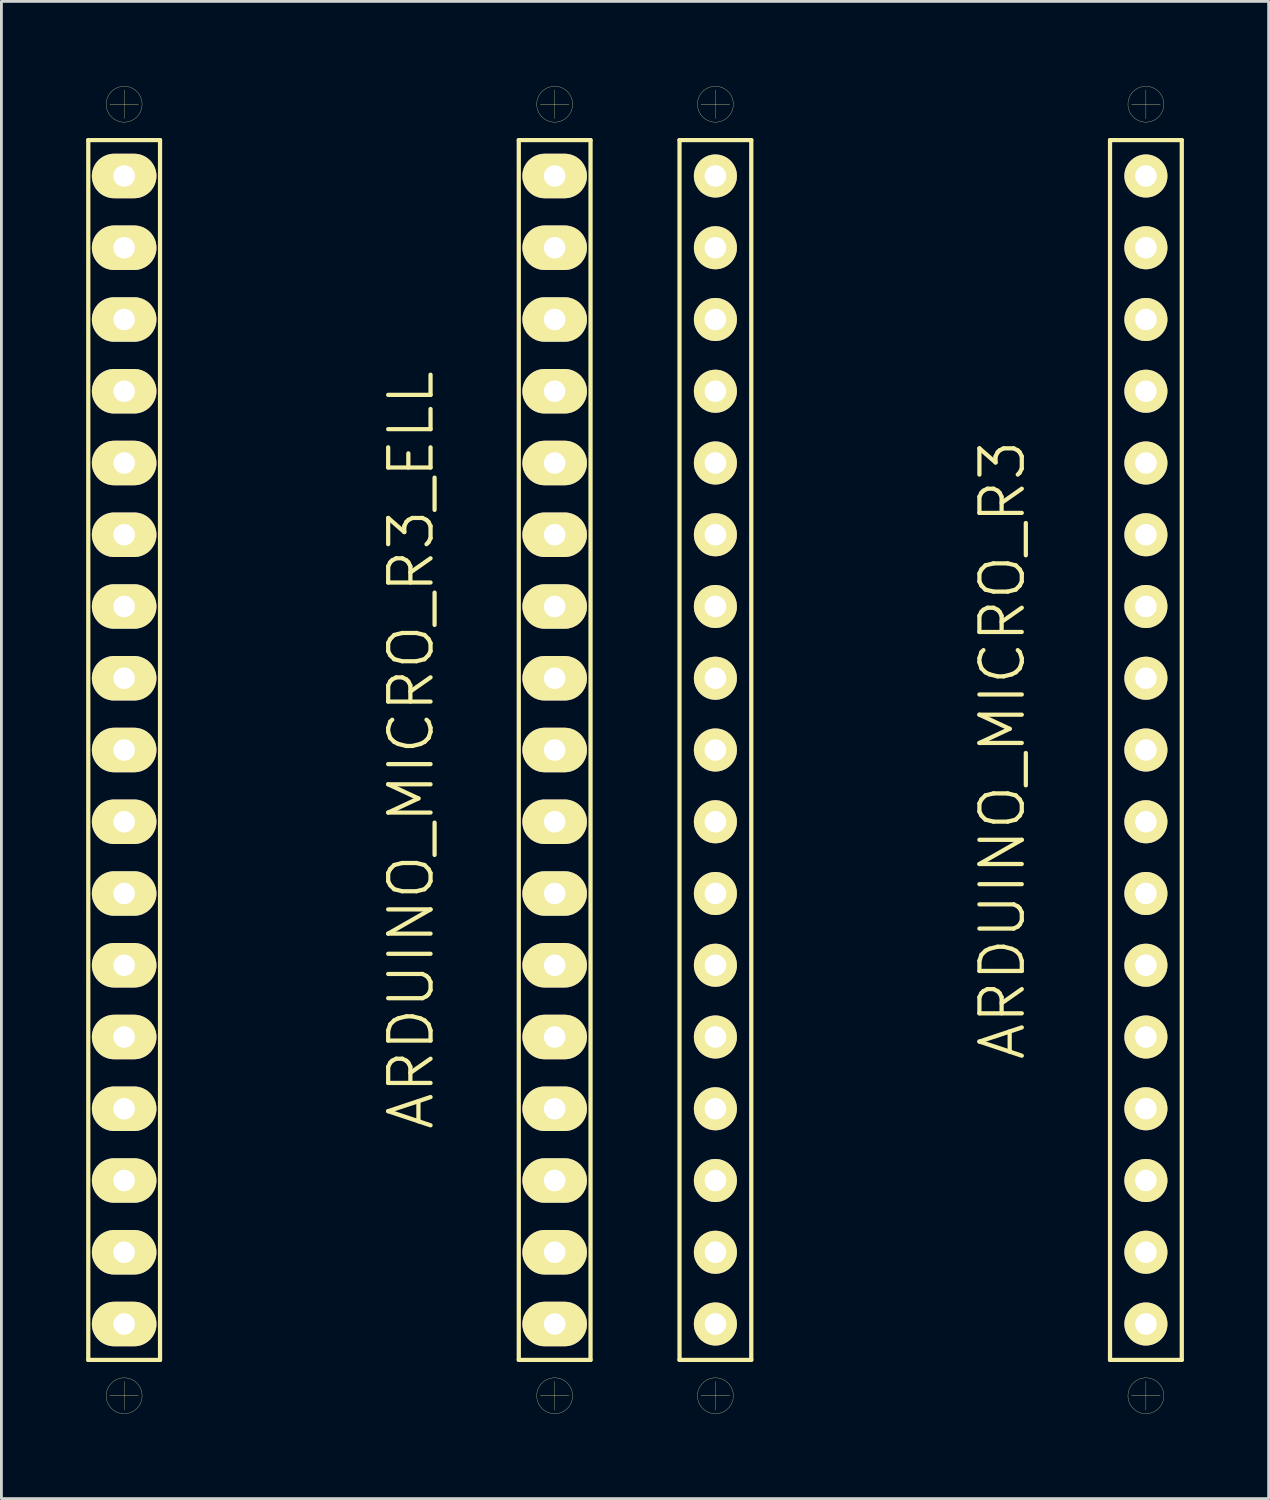
<source format=kicad_pcb>
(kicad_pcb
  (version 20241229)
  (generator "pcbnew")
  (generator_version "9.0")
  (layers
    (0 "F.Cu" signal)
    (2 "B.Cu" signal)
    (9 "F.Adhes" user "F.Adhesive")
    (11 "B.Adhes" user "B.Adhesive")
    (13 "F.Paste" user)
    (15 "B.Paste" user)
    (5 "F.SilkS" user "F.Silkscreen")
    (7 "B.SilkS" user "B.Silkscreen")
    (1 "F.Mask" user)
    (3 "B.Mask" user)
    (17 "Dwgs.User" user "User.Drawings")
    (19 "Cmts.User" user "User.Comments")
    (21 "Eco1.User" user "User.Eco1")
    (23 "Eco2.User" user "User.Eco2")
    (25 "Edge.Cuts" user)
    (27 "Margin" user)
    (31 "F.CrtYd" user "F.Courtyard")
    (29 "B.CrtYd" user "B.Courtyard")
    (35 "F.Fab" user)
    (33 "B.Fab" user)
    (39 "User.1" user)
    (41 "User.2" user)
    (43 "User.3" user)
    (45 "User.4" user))
  (footprint "ARDUINO_MICRO_R3_ELL"
    (layer "F.Cu")
    (at 8.965 23.5)
    (property "Reference" "ARDUINO_MICRO_R3_ELL" (at 2.54 0 90) (layer "F.SilkS") (effects (font (size 1.5 1.5) (thickness 0.15))))
    (attr through_hole)
    (fp_line (start -8.89 -21.59) (end -6.35 -21.59) (stroke (width 0.15) (type solid)) (layer "F.SilkS"))
    (fp_line (start -8.89 21.59) (end -8.89 -21.59) (stroke (width 0.15) (type solid)) (layer "F.SilkS"))
    (fp_line (start -8.128 -22.86) (end -7.112 -22.86) (stroke (width 0.01) (type solid)) (layer "F.SilkS"))
    (fp_line (start -8.128 22.86) (end -7.112 22.86) (stroke (width 0.01) (type solid)) (layer "F.SilkS"))
    (fp_line (start -7.62 -23.368) (end -7.62 -22.352) (stroke (width 0.01) (type solid)) (layer "F.SilkS"))
    (fp_line (start -7.62 22.352) (end -7.62 23.368) (stroke (width 0.01) (type solid)) (layer "F.SilkS"))
    (fp_line (start -6.35 -21.59) (end -6.35 21.59) (stroke (width 0.15) (type solid)) (layer "F.SilkS"))
    (fp_line (start -6.35 21.59) (end -8.89 21.59) (stroke (width 0.15) (type solid)) (layer "F.SilkS"))
    (fp_line (start 6.35 -21.59) (end 8.89 -21.59) (stroke (width 0.15) (type solid)) (layer "F.SilkS"))
    (fp_line (start 6.35 21.59) (end 6.35 -21.59) (stroke (width 0.15) (type solid)) (layer "F.SilkS"))
    (fp_line (start 7.112 -22.86) (end 8.128 -22.86) (stroke (width 0.01) (type solid)) (layer "F.SilkS"))
    (fp_line (start 7.112 22.86) (end 8.128 22.86) (stroke (width 0.01) (type solid)) (layer "F.SilkS"))
    (fp_line (start 7.62 -23.368) (end 7.62 -22.352) (stroke (width 0.01) (type solid)) (layer "F.SilkS"))
    (fp_line (start 7.62 22.352) (end 7.62 23.368) (stroke (width 0.01) (type solid)) (layer "F.SilkS"))
    (fp_line (start 8.89 -21.59) (end 8.89 21.59) (stroke (width 0.15) (type solid)) (layer "F.SilkS"))
    (fp_line (start 8.89 21.59) (end 6.35 21.59) (stroke (width 0.15) (type solid)) (layer "F.SilkS"))
    (fp_circle (center -7.62 -22.86) (end -8.255 -22.86) (stroke (width 0.01) (type solid)) (fill no) (layer "F.SilkS"))
    (fp_circle (center -7.62 22.86) (end -8.255 22.86) (stroke (width 0.01) (type solid)) (fill no) (layer "F.SilkS"))
    (fp_circle (center 7.62 -22.86) (end 6.985 -22.86) (stroke (width 0.01) (type solid)) (fill no) (layer "F.SilkS"))
    (fp_circle (center 7.62 22.86) (end 6.985 22.86) (stroke (width 0.01) (type solid)) (fill no) (layer "F.SilkS"))
    (pad "0" thru_hole oval (at -7.62 -12.7) (size 2.286 1.575) (drill 0.762) (layers "*.Cu" "*.Mask" "F.SilkS"))
    (pad "1" thru_hole oval (at -7.62 -15.24) (size 2.286 1.575) (drill 0.762) (layers "*.Cu" "*.Mask" "F.SilkS"))
    (pad "2" thru_hole oval (at -7.62 -5.08) (size 2.286 1.575) (drill 0.762) (layers "*.Cu" "*.Mask" "F.SilkS"))
    (pad "3" thru_hole oval (at -7.62 -2.54) (size 2.286 1.575) (drill 0.762) (layers "*.Cu" "*.Mask" "F.SilkS"))
    (pad "3V3" thru_hole oval (at 7.62 17.78) (size 2.286 1.575) (drill 0.762) (layers "*.Cu" "*.Mask" "F.SilkS"))
    (pad "4" thru_hole oval (at -7.62 0) (size 2.286 1.575) (drill 0.762) (layers "*.Cu" "*.Mask" "F.SilkS"))
    (pad "5" thru_hole oval (at -7.62 2.54) (size 2.286 1.575) (drill 0.762) (layers "*.Cu" "*.Mask" "F.SilkS"))
    (pad "5V" thru_hole oval (at 7.62 -7.62) (size 2.286 1.575) (drill 0.762) (layers "*.Cu" "*.Mask" "F.SilkS"))
    (pad "6" thru_hole oval (at -7.62 5.08) (size 2.286 1.575) (drill 0.762) (layers "*.Cu" "*.Mask" "F.SilkS"))
    (pad "7" thru_hole oval (at -7.62 7.62) (size 2.286 1.575) (drill 0.762) (layers "*.Cu" "*.Mask" "F.SilkS"))
    (pad "8" thru_hole oval (at -7.62 10.16) (size 2.286 1.575) (drill 0.762) (layers "*.Cu" "*.Mask" "F.SilkS"))
    (pad "9" thru_hole oval (at -7.62 12.7) (size 2.286 1.575) (drill 0.762) (layers "*.Cu" "*.Mask" "F.SilkS"))
    (pad "10" thru_hole oval (at -7.62 15.24) (size 2.286 1.575) (drill 0.762) (layers "*.Cu" "*.Mask" "F.SilkS"))
    (pad "11" thru_hole oval (at -7.62 17.78) (size 2.286 1.575) (drill 0.762) (layers "*.Cu" "*.Mask" "F.SilkS"))
    (pad "12" thru_hole oval (at -7.62 20.32) (size 2.286 1.575) (drill 0.762) (layers "*.Cu" "*.Mask" "F.SilkS"))
    (pad "13" thru_hole oval (at 7.62 20.32) (size 2.286 1.575) (drill 0.762) (layers "*.Cu" "*.Mask" "F.SilkS"))
    (pad "A0" thru_hole oval (at 7.62 12.7) (size 2.286 1.575) (drill 0.762) (layers "*.Cu" "*.Mask" "F.SilkS"))
    (pad "A1" thru_hole oval (at 7.62 10.16) (size 2.286 1.575) (drill 0.762) (layers "*.Cu" "*.Mask" "F.SilkS"))
    (pad "A2" thru_hole oval (at 7.62 7.62) (size 2.286 1.575) (drill 0.762) (layers "*.Cu" "*.Mask" "F.SilkS"))
    (pad "A3" thru_hole oval (at 7.62 5.08) (size 2.286 1.575) (drill 0.762) (layers "*.Cu" "*.Mask" "F.SilkS"))
    (pad "A4" thru_hole oval (at 7.62 2.54) (size 2.286 1.575) (drill 0.762) (layers "*.Cu" "*.Mask" "F.SilkS"))
    (pad "A5" thru_hole oval (at 7.62 0) (size 2.286 1.575) (drill 0.762) (layers "*.Cu" "*.Mask" "F.SilkS"))
    (pad "AREF" thru_hole oval (at 7.62 15.24) (size 2.286 1.575) (drill 0.762) (layers "*.Cu" "*.Mask" "F.SilkS"))
    (pad "GND1" thru_hole oval (at -7.62 -7.62) (size 2.286 1.575) (drill 0.762) (layers "*.Cu" "*.Mask" "F.SilkS"))
    (pad "GND2" thru_hole oval (at 7.62 -12.7) (size 2.286 1.575) (drill 0.762) (layers "*.Cu" "*.Mask" "F.SilkS"))
    (pad "MISO" thru_hole oval (at 7.62 -17.78) (size 2.286 1.575) (drill 0.762) (layers "*.Cu" "*.Mask" "F.SilkS"))
    (pad "MOSI" thru_hole oval (at -7.62 -20.32) (size 2.286 1.575) (drill 0.762) (layers "*.Cu" "*.Mask" "F.SilkS"))
    (pad "NC" thru_hole oval (at 7.62 -5.08) (size 2.286 1.575) (drill 0.762) (layers "*.Cu" "*.Mask" "F.SilkS"))
    (pad "NC" thru_hole oval (at 7.62 -2.54) (size 2.286 1.575) (drill 0.762) (layers "*.Cu" "*.Mask" "F.SilkS"))
    (pad "RST1" thru_hole oval (at -7.62 -10.16) (size 2.286 1.575) (drill 0.762) (layers "*.Cu" "*.Mask" "F.SilkS"))
    (pad "RST2" thru_hole oval (at 7.62 -10.16) (size 2.286 1.575) (drill 0.762) (layers "*.Cu" "*.Mask" "F.SilkS"))
    (pad "SCK" thru_hole oval (at 7.62 -20.32) (size 2.286 1.575) (drill 0.762) (layers "*.Cu" "*.Mask" "F.SilkS"))
    (pad "SS" thru_hole oval (at -7.62 -17.78) (size 2.286 1.575) (drill 0.762) (layers "*.Cu" "*.Mask" "F.SilkS"))
    (pad "VIN" thru_hole oval (at 7.62 -15.24) (size 2.286 1.575) (drill 0.762) (layers "*.Cu" "*.Mask" "F.SilkS")))
  (footprint "ARDUINO_MICRO_R3"
    (layer "F.Cu")
    (at 29.895 23.5)
    (property "Reference" "ARDUINO_MICRO_R3" (at 2.54 0 90) (layer "F.SilkS") (effects (font (size 1.5 1.5) (thickness 0.15))))
    (attr through_hole)
    (fp_line (start -8.89 -21.59) (end -6.35 -21.59) (stroke (width 0.15) (type solid)) (layer "F.SilkS"))
    (fp_line (start -8.89 21.59) (end -8.89 -21.59) (stroke (width 0.15) (type solid)) (layer "F.SilkS"))
    (fp_line (start -8.128 -22.86) (end -7.112 -22.86) (stroke (width 0.01) (type solid)) (layer "F.SilkS"))
    (fp_line (start -8.128 22.86) (end -7.112 22.86) (stroke (width 0.01) (type solid)) (layer "F.SilkS"))
    (fp_line (start -7.62 -23.368) (end -7.62 -22.352) (stroke (width 0.01) (type solid)) (layer "F.SilkS"))
    (fp_line (start -7.62 22.352) (end -7.62 23.368) (stroke (width 0.01) (type solid)) (layer "F.SilkS"))
    (fp_line (start -6.35 -21.59) (end -6.35 21.59) (stroke (width 0.15) (type solid)) (layer "F.SilkS"))
    (fp_line (start -6.35 21.59) (end -8.89 21.59) (stroke (width 0.15) (type solid)) (layer "F.SilkS"))
    (fp_line (start 6.35 -21.59) (end 8.89 -21.59) (stroke (width 0.15) (type solid)) (layer "F.SilkS"))
    (fp_line (start 6.35 21.59) (end 6.35 -21.59) (stroke (width 0.15) (type solid)) (layer "F.SilkS"))
    (fp_line (start 7.112 -22.86) (end 8.128 -22.86) (stroke (width 0.01) (type solid)) (layer "F.SilkS"))
    (fp_line (start 7.112 22.86) (end 8.128 22.86) (stroke (width 0.01) (type solid)) (layer "F.SilkS"))
    (fp_line (start 7.62 -23.368) (end 7.62 -22.352) (stroke (width 0.01) (type solid)) (layer "F.SilkS"))
    (fp_line (start 7.62 22.352) (end 7.62 23.368) (stroke (width 0.01) (type solid)) (layer "F.SilkS"))
    (fp_line (start 8.89 -21.59) (end 8.89 21.59) (stroke (width 0.15) (type solid)) (layer "F.SilkS"))
    (fp_line (start 8.89 21.59) (end 6.35 21.59) (stroke (width 0.15) (type solid)) (layer "F.SilkS"))
    (fp_circle (center -7.62 -22.86) (end -6.985 -22.86) (stroke (width 0.01) (type solid)) (fill no) (layer "F.SilkS"))
    (fp_circle (center -7.62 22.86) (end -8.255 22.86) (stroke (width 0.01) (type solid)) (fill no) (layer "F.SilkS"))
    (fp_circle (center 7.62 -22.86) (end 6.985 -22.86) (stroke (width 0.01) (type solid)) (fill no) (layer "F.SilkS"))
    (fp_circle (center 7.62 22.86) (end 8.255 22.86) (stroke (width 0.01) (type solid)) (fill no) (layer "F.SilkS"))
    (pad "0" thru_hole circle (at -7.62 -12.7) (size 1.524 1.524) (drill 0.762) (layers "*.Cu" "*.Mask" "F.SilkS"))
    (pad "1" thru_hole circle (at -7.62 -15.24) (size 1.524 1.524) (drill 0.762) (layers "*.Cu" "*.Mask" "F.SilkS"))
    (pad "2" thru_hole circle (at -7.62 -5.08) (size 1.524 1.524) (drill 0.762) (layers "*.Cu" "*.Mask" "F.SilkS"))
    (pad "3" thru_hole circle (at -7.62 -2.54) (size 1.524 1.524) (drill 0.762) (layers "*.Cu" "*.Mask" "F.SilkS"))
    (pad "3V3" thru_hole circle (at 7.62 17.78) (size 1.524 1.524) (drill 0.762) (layers "*.Cu" "*.Mask" "F.SilkS"))
    (pad "4" thru_hole circle (at -7.62 0) (size 1.524 1.524) (drill 0.762) (layers "*.Cu" "*.Mask" "F.SilkS"))
    (pad "5" thru_hole circle (at -7.62 2.54) (size 1.524 1.524) (drill 0.762) (layers "*.Cu" "*.Mask" "F.SilkS"))
    (pad "5V" thru_hole circle (at 7.62 -7.62) (size 1.524 1.524) (drill 0.762) (layers "*.Cu" "*.Mask" "F.SilkS"))
    (pad "6" thru_hole circle (at -7.62 5.08) (size 1.524 1.524) (drill 0.762) (layers "*.Cu" "*.Mask" "F.SilkS"))
    (pad "7" thru_hole circle (at -7.62 7.62) (size 1.524 1.524) (drill 0.762) (layers "*.Cu" "*.Mask" "F.SilkS"))
    (pad "8" thru_hole circle (at -7.62 10.16) (size 1.524 1.524) (drill 0.762) (layers "*.Cu" "*.Mask" "F.SilkS"))
    (pad "9" thru_hole circle (at -7.62 12.7) (size 1.524 1.524) (drill 0.762) (layers "*.Cu" "*.Mask" "F.SilkS"))
    (pad "10" thru_hole circle (at -7.62 15.24) (size 1.524 1.524) (drill 0.762) (layers "*.Cu" "*.Mask" "F.SilkS"))
    (pad "11" thru_hole circle (at -7.62 17.78) (size 1.524 1.524) (drill 0.762) (layers "*.Cu" "*.Mask" "F.SilkS"))
    (pad "12" thru_hole circle (at -7.62 20.32) (size 1.524 1.524) (drill 0.762) (layers "*.Cu" "*.Mask" "F.SilkS"))
    (pad "13" thru_hole circle (at 7.62 20.32) (size 1.524 1.524) (drill 0.762) (layers "*.Cu" "*.Mask" "F.SilkS"))
    (pad "A0" thru_hole circle (at 7.62 12.7) (size 1.524 1.524) (drill 0.762) (layers "*.Cu" "*.Mask" "F.SilkS"))
    (pad "A1" thru_hole circle (at 7.62 10.16) (size 1.524 1.524) (drill 0.762) (layers "*.Cu" "*.Mask" "F.SilkS"))
    (pad "A2" thru_hole circle (at 7.62 7.62) (size 1.524 1.524) (drill 0.762) (layers "*.Cu" "*.Mask" "F.SilkS"))
    (pad "A3" thru_hole circle (at 7.62 5.08) (size 1.524 1.524) (drill 0.762) (layers "*.Cu" "*.Mask" "F.SilkS"))
    (pad "A4" thru_hole circle (at 7.62 2.54) (size 1.524 1.524) (drill 0.762) (layers "*.Cu" "*.Mask" "F.SilkS"))
    (pad "A5" thru_hole circle (at 7.62 0) (size 1.524 1.524) (drill 0.762) (layers "*.Cu" "*.Mask" "F.SilkS"))
    (pad "AREF" thru_hole circle (at 7.62 15.24) (size 1.524 1.524) (drill 0.762) (layers "*.Cu" "*.Mask" "F.SilkS"))
    (pad "GND1" thru_hole circle (at -7.62 -7.62) (size 1.524 1.524) (drill 0.762) (layers "*.Cu" "*.Mask" "F.SilkS"))
    (pad "GND2" thru_hole circle (at 7.62 -12.7) (size 1.524 1.524) (drill 0.762) (layers "*.Cu" "*.Mask" "F.SilkS"))
    (pad "MISO" thru_hole circle (at 7.62 -17.78) (size 1.524 1.524) (drill 0.762) (layers "*.Cu" "*.Mask" "F.SilkS"))
    (pad "MOSI" thru_hole circle (at -7.62 -20.32) (size 1.524 1.524) (drill 0.762) (layers "*.Cu" "*.Mask" "F.SilkS"))
    (pad "NC" thru_hole circle (at 7.62 -5.08) (size 1.524 1.524) (drill 0.762) (layers "*.Cu" "*.Mask" "F.SilkS"))
    (pad "NC" thru_hole circle (at 7.62 -2.54) (size 1.524 1.524) (drill 0.762) (layers "*.Cu" "*.Mask" "F.SilkS"))
    (pad "RST1" thru_hole circle (at -7.62 -10.16) (size 1.524 1.524) (drill 0.762) (layers "*.Cu" "*.Mask" "F.SilkS"))
    (pad "RST2" thru_hole circle (at 7.62 -10.16) (size 1.524 1.524) (drill 0.762) (layers "*.Cu" "*.Mask" "F.SilkS"))
    (pad "SCK" thru_hole circle (at 7.62 -20.32) (size 1.524 1.524) (drill 0.762) (layers "*.Cu" "*.Mask" "F.SilkS"))
    (pad "SS" thru_hole circle (at -7.62 -17.78) (size 1.524 1.524) (drill 0.762) (layers "*.Cu" "*.Mask" "F.SilkS"))
    (pad "VIN" thru_hole circle (at 7.62 -15.24) (size 1.524 1.524) (drill 0.762) (layers "*.Cu" "*.Mask" "F.SilkS")))
  (gr_rect
    (start -3 -3)
    (end 41.86 50)
    (stroke (width 0.1) (type default))
    (fill no)
    (layer "Edge.Cuts")))
</source>
